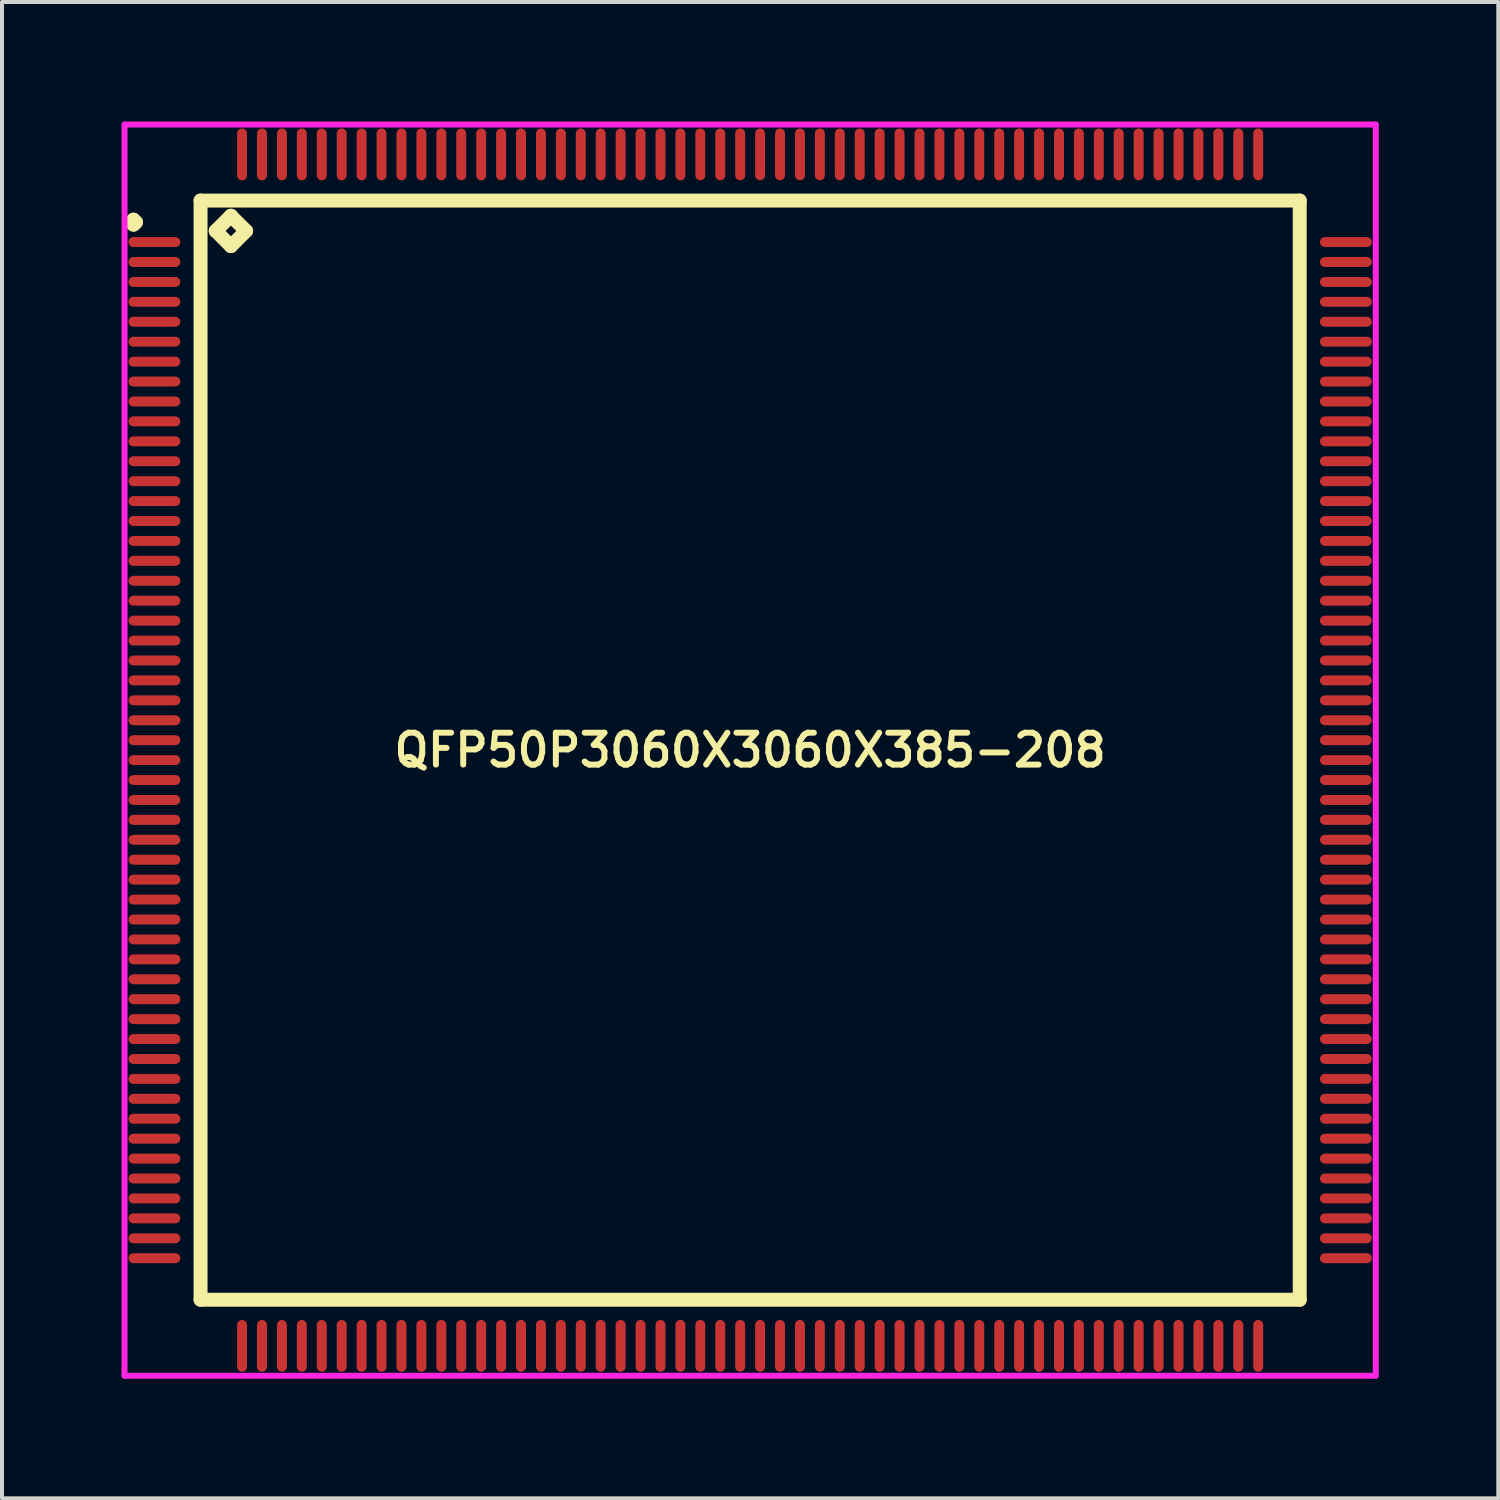
<source format=kicad_pcb>
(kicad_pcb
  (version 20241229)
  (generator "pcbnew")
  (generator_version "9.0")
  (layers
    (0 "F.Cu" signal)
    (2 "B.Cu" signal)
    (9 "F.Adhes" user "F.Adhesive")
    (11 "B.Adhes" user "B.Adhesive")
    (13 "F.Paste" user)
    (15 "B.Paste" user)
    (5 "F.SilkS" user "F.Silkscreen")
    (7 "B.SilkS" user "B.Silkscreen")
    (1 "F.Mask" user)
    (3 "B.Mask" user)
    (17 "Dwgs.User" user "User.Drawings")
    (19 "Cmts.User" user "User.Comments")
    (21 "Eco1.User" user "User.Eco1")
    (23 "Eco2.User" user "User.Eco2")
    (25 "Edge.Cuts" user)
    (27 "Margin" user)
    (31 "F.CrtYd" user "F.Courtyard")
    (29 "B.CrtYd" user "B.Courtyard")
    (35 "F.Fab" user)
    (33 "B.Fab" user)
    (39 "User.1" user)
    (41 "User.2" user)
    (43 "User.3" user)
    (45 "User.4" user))
  (footprint "QFP50P3060X3060X385-208"
    (layer "F.Cu")
    (at 15.775 15.775)
    (property "Reference" "QFP50P3060X3060X385-208" (at 0 0 0) (layer "F.SilkS") (effects (font (size 0.8 0.8) (thickness 0.15))))
    (attr smd)
    (fp_line (start -15.537 -13.25) (end -15.475 -13.312) (stroke (width 0.35) (type solid)) (layer "F.SilkS"))
    (fp_line (start -15.475 -13.312) (end -15.412 -13.25) (stroke (width 0.35) (type solid)) (layer "F.SilkS"))
    (fp_line (start -15.475 -13.188) (end -15.537 -13.25) (stroke (width 0.35) (type solid)) (layer "F.SilkS"))
    (fp_line (start -15.412 -13.25) (end -15.475 -13.188) (stroke (width 0.35) (type solid)) (layer "F.SilkS"))
    (fp_line (start -13.792 -13.792) (end -13.792 13.792) (stroke (width 0.35) (type solid)) (layer "F.SilkS"))
    (fp_line (start -13.792 13.792) (end 13.792 13.792) (stroke (width 0.35) (type solid)) (layer "F.SilkS"))
    (fp_line (start -13.411 -13.03) (end -13.03 -13.411) (stroke (width 0.35) (type solid)) (layer "F.SilkS"))
    (fp_line (start -13.03 -13.411) (end -12.649 -13.03) (stroke (width 0.35) (type solid)) (layer "F.SilkS"))
    (fp_line (start -13.03 -12.649) (end -13.411 -13.03) (stroke (width 0.35) (type solid)) (layer "F.SilkS"))
    (fp_line (start -12.649 -13.03) (end -13.03 -12.649) (stroke (width 0.35) (type solid)) (layer "F.SilkS"))
    (fp_line (start 13.792 -13.792) (end -13.792 -13.792) (stroke (width 0.35) (type solid)) (layer "F.SilkS"))
    (fp_line (start 13.792 13.792) (end 13.792 -13.792) (stroke (width 0.35) (type solid)) (layer "F.SilkS"))
    (fp_line (start -15.7 -15.7) (end 15.7 -15.7) (stroke (width 0.15) (type solid)) (layer "F.CrtYd"))
    (fp_line (start -15.7 15.7) (end -15.7 -15.7) (stroke (width 0.15) (type solid)) (layer "F.CrtYd"))
    (fp_line (start 15.7 -15.7) (end 15.7 15.7) (stroke (width 0.15) (type solid)) (layer "F.CrtYd"))
    (fp_line (start 15.7 15.7) (end -15.7 15.7) (stroke (width 0.15) (type solid)) (layer "F.CrtYd"))
    (pad "1" smd oval (at -14.95 -12.75) (size 1.3 0.25) (layers "F.Cu" "F.Mask" "F.Paste"))
    (pad "2" smd oval (at -14.95 -12.25) (size 1.3 0.25) (layers "F.Cu" "F.Mask" "F.Paste"))
    (pad "3" smd oval (at -14.95 -11.75) (size 1.3 0.25) (layers "F.Cu" "F.Mask" "F.Paste"))
    (pad "4" smd oval (at -14.95 -11.25) (size 1.3 0.25) (layers "F.Cu" "F.Mask" "F.Paste"))
    (pad "5" smd oval (at -14.95 -10.75) (size 1.3 0.25) (layers "F.Cu" "F.Mask" "F.Paste"))
    (pad "6" smd oval (at -14.95 -10.25) (size 1.3 0.25) (layers "F.Cu" "F.Mask" "F.Paste"))
    (pad "7" smd oval (at -14.95 -9.75) (size 1.3 0.25) (layers "F.Cu" "F.Mask" "F.Paste"))
    (pad "8" smd oval (at -14.95 -9.25) (size 1.3 0.25) (layers "F.Cu" "F.Mask" "F.Paste"))
    (pad "9" smd oval (at -14.95 -8.75) (size 1.3 0.25) (layers "F.Cu" "F.Mask" "F.Paste"))
    (pad "10" smd oval (at -14.95 -8.25) (size 1.3 0.25) (layers "F.Cu" "F.Mask" "F.Paste"))
    (pad "11" smd oval (at -14.95 -7.75) (size 1.3 0.25) (layers "F.Cu" "F.Mask" "F.Paste"))
    (pad "12" smd oval (at -14.95 -7.25) (size 1.3 0.25) (layers "F.Cu" "F.Mask" "F.Paste"))
    (pad "13" smd oval (at -14.95 -6.75) (size 1.3 0.25) (layers "F.Cu" "F.Mask" "F.Paste"))
    (pad "14" smd oval (at -14.95 -6.25) (size 1.3 0.25) (layers "F.Cu" "F.Mask" "F.Paste"))
    (pad "15" smd oval (at -14.95 -5.75) (size 1.3 0.25) (layers "F.Cu" "F.Mask" "F.Paste"))
    (pad "16" smd oval (at -14.95 -5.25) (size 1.3 0.25) (layers "F.Cu" "F.Mask" "F.Paste"))
    (pad "17" smd oval (at -14.95 -4.75) (size 1.3 0.25) (layers "F.Cu" "F.Mask" "F.Paste"))
    (pad "18" smd oval (at -14.95 -4.25) (size 1.3 0.25) (layers "F.Cu" "F.Mask" "F.Paste"))
    (pad "19" smd oval (at -14.95 -3.75) (size 1.3 0.25) (layers "F.Cu" "F.Mask" "F.Paste"))
    (pad "20" smd oval (at -14.95 -3.25) (size 1.3 0.25) (layers "F.Cu" "F.Mask" "F.Paste"))
    (pad "21" smd oval (at -14.95 -2.75) (size 1.3 0.25) (layers "F.Cu" "F.Mask" "F.Paste"))
    (pad "22" smd oval (at -14.95 -2.25) (size 1.3 0.25) (layers "F.Cu" "F.Mask" "F.Paste"))
    (pad "23" smd oval (at -14.95 -1.75) (size 1.3 0.25) (layers "F.Cu" "F.Mask" "F.Paste"))
    (pad "24" smd oval (at -14.95 -1.25) (size 1.3 0.25) (layers "F.Cu" "F.Mask" "F.Paste"))
    (pad "25" smd oval (at -14.95 -0.75) (size 1.3 0.25) (layers "F.Cu" "F.Mask" "F.Paste"))
    (pad "26" smd oval (at -14.95 -0.25) (size 1.3 0.25) (layers "F.Cu" "F.Mask" "F.Paste"))
    (pad "27" smd oval (at -14.95 0.25) (size 1.3 0.25) (layers "F.Cu" "F.Mask" "F.Paste"))
    (pad "28" smd oval (at -14.95 0.75) (size 1.3 0.25) (layers "F.Cu" "F.Mask" "F.Paste"))
    (pad "29" smd oval (at -14.95 1.25) (size 1.3 0.25) (layers "F.Cu" "F.Mask" "F.Paste"))
    (pad "30" smd oval (at -14.95 1.75) (size 1.3 0.25) (layers "F.Cu" "F.Mask" "F.Paste"))
    (pad "31" smd oval (at -14.95 2.25) (size 1.3 0.25) (layers "F.Cu" "F.Mask" "F.Paste"))
    (pad "32" smd oval (at -14.95 2.75) (size 1.3 0.25) (layers "F.Cu" "F.Mask" "F.Paste"))
    (pad "33" smd oval (at -14.95 3.25) (size 1.3 0.25) (layers "F.Cu" "F.Mask" "F.Paste"))
    (pad "34" smd oval (at -14.95 3.75) (size 1.3 0.25) (layers "F.Cu" "F.Mask" "F.Paste"))
    (pad "35" smd oval (at -14.95 4.25) (size 1.3 0.25) (layers "F.Cu" "F.Mask" "F.Paste"))
    (pad "36" smd oval (at -14.95 4.75) (size 1.3 0.25) (layers "F.Cu" "F.Mask" "F.Paste"))
    (pad "37" smd oval (at -14.95 5.25) (size 1.3 0.25) (layers "F.Cu" "F.Mask" "F.Paste"))
    (pad "38" smd oval (at -14.95 5.75) (size 1.3 0.25) (layers "F.Cu" "F.Mask" "F.Paste"))
    (pad "39" smd oval (at -14.95 6.25) (size 1.3 0.25) (layers "F.Cu" "F.Mask" "F.Paste"))
    (pad "40" smd oval (at -14.95 6.75) (size 1.3 0.25) (layers "F.Cu" "F.Mask" "F.Paste"))
    (pad "41" smd oval (at -14.95 7.25) (size 1.3 0.25) (layers "F.Cu" "F.Mask" "F.Paste"))
    (pad "42" smd oval (at -14.95 7.75) (size 1.3 0.25) (layers "F.Cu" "F.Mask" "F.Paste"))
    (pad "43" smd oval (at -14.95 8.25) (size 1.3 0.25) (layers "F.Cu" "F.Mask" "F.Paste"))
    (pad "44" smd oval (at -14.95 8.75) (size 1.3 0.25) (layers "F.Cu" "F.Mask" "F.Paste"))
    (pad "45" smd oval (at -14.95 9.25) (size 1.3 0.25) (layers "F.Cu" "F.Mask" "F.Paste"))
    (pad "46" smd oval (at -14.95 9.75) (size 1.3 0.25) (layers "F.Cu" "F.Mask" "F.Paste"))
    (pad "47" smd oval (at -14.95 10.25) (size 1.3 0.25) (layers "F.Cu" "F.Mask" "F.Paste"))
    (pad "48" smd oval (at -14.95 10.75) (size 1.3 0.25) (layers "F.Cu" "F.Mask" "F.Paste"))
    (pad "49" smd oval (at -14.95 11.25) (size 1.3 0.25) (layers "F.Cu" "F.Mask" "F.Paste"))
    (pad "50" smd oval (at -14.95 11.75) (size 1.3 0.25) (layers "F.Cu" "F.Mask" "F.Paste"))
    (pad "51" smd oval (at -14.95 12.25) (size 1.3 0.25) (layers "F.Cu" "F.Mask" "F.Paste"))
    (pad "52" smd oval (at -14.95 12.75) (size 1.3 0.25) (layers "F.Cu" "F.Mask" "F.Paste"))
    (pad "53" smd oval (at -12.75 14.95) (size 0.25 1.3) (layers "F.Cu" "F.Mask" "F.Paste"))
    (pad "54" smd oval (at -12.25 14.95) (size 0.25 1.3) (layers "F.Cu" "F.Mask" "F.Paste"))
    (pad "55" smd oval (at -11.75 14.95) (size 0.25 1.3) (layers "F.Cu" "F.Mask" "F.Paste"))
    (pad "56" smd oval (at -11.25 14.95) (size 0.25 1.3) (layers "F.Cu" "F.Mask" "F.Paste"))
    (pad "57" smd oval (at -10.75 14.95) (size 0.25 1.3) (layers "F.Cu" "F.Mask" "F.Paste"))
    (pad "58" smd oval (at -10.25 14.95) (size 0.25 1.3) (layers "F.Cu" "F.Mask" "F.Paste"))
    (pad "59" smd oval (at -9.75 14.95) (size 0.25 1.3) (layers "F.Cu" "F.Mask" "F.Paste"))
    (pad "60" smd oval (at -9.25 14.95) (size 0.25 1.3) (layers "F.Cu" "F.Mask" "F.Paste"))
    (pad "61" smd oval (at -8.75 14.95) (size 0.25 1.3) (layers "F.Cu" "F.Mask" "F.Paste"))
    (pad "62" smd oval (at -8.25 14.95) (size 0.25 1.3) (layers "F.Cu" "F.Mask" "F.Paste"))
    (pad "63" smd oval (at -7.75 14.95) (size 0.25 1.3) (layers "F.Cu" "F.Mask" "F.Paste"))
    (pad "64" smd oval (at -7.25 14.95) (size 0.25 1.3) (layers "F.Cu" "F.Mask" "F.Paste"))
    (pad "65" smd oval (at -6.75 14.95) (size 0.25 1.3) (layers "F.Cu" "F.Mask" "F.Paste"))
    (pad "66" smd oval (at -6.25 14.95) (size 0.25 1.3) (layers "F.Cu" "F.Mask" "F.Paste"))
    (pad "67" smd oval (at -5.75 14.95) (size 0.25 1.3) (layers "F.Cu" "F.Mask" "F.Paste"))
    (pad "68" smd oval (at -5.25 14.95) (size 0.25 1.3) (layers "F.Cu" "F.Mask" "F.Paste"))
    (pad "69" smd oval (at -4.75 14.95) (size 0.25 1.3) (layers "F.Cu" "F.Mask" "F.Paste"))
    (pad "70" smd oval (at -4.25 14.95) (size 0.25 1.3) (layers "F.Cu" "F.Mask" "F.Paste"))
    (pad "71" smd oval (at -3.75 14.95) (size 0.25 1.3) (layers "F.Cu" "F.Mask" "F.Paste"))
    (pad "72" smd oval (at -3.25 14.95) (size 0.25 1.3) (layers "F.Cu" "F.Mask" "F.Paste"))
    (pad "73" smd oval (at -2.75 14.95) (size 0.25 1.3) (layers "F.Cu" "F.Mask" "F.Paste"))
    (pad "74" smd oval (at -2.25 14.95) (size 0.25 1.3) (layers "F.Cu" "F.Mask" "F.Paste"))
    (pad "75" smd oval (at -1.75 14.95) (size 0.25 1.3) (layers "F.Cu" "F.Mask" "F.Paste"))
    (pad "76" smd oval (at -1.25 14.95) (size 0.25 1.3) (layers "F.Cu" "F.Mask" "F.Paste"))
    (pad "77" smd oval (at -0.75 14.95) (size 0.25 1.3) (layers "F.Cu" "F.Mask" "F.Paste"))
    (pad "78" smd oval (at -0.25 14.95) (size 0.25 1.3) (layers "F.Cu" "F.Mask" "F.Paste"))
    (pad "79" smd oval (at 0.25 14.95) (size 0.25 1.3) (layers "F.Cu" "F.Mask" "F.Paste"))
    (pad "80" smd oval (at 0.75 14.95) (size 0.25 1.3) (layers "F.Cu" "F.Mask" "F.Paste"))
    (pad "81" smd oval (at 1.25 14.95) (size 0.25 1.3) (layers "F.Cu" "F.Mask" "F.Paste"))
    (pad "82" smd oval (at 1.75 14.95) (size 0.25 1.3) (layers "F.Cu" "F.Mask" "F.Paste"))
    (pad "83" smd oval (at 2.25 14.95) (size 0.25 1.3) (layers "F.Cu" "F.Mask" "F.Paste"))
    (pad "84" smd oval (at 2.75 14.95) (size 0.25 1.3) (layers "F.Cu" "F.Mask" "F.Paste"))
    (pad "85" smd oval (at 3.25 14.95) (size 0.25 1.3) (layers "F.Cu" "F.Mask" "F.Paste"))
    (pad "86" smd oval (at 3.75 14.95) (size 0.25 1.3) (layers "F.Cu" "F.Mask" "F.Paste"))
    (pad "87" smd oval (at 4.25 14.95) (size 0.25 1.3) (layers "F.Cu" "F.Mask" "F.Paste"))
    (pad "88" smd oval (at 4.75 14.95) (size 0.25 1.3) (layers "F.Cu" "F.Mask" "F.Paste"))
    (pad "89" smd oval (at 5.25 14.95) (size 0.25 1.3) (layers "F.Cu" "F.Mask" "F.Paste"))
    (pad "90" smd oval (at 5.75 14.95) (size 0.25 1.3) (layers "F.Cu" "F.Mask" "F.Paste"))
    (pad "91" smd oval (at 6.25 14.95) (size 0.25 1.3) (layers "F.Cu" "F.Mask" "F.Paste"))
    (pad "92" smd oval (at 6.75 14.95) (size 0.25 1.3) (layers "F.Cu" "F.Mask" "F.Paste"))
    (pad "93" smd oval (at 7.25 14.95) (size 0.25 1.3) (layers "F.Cu" "F.Mask" "F.Paste"))
    (pad "94" smd oval (at 7.75 14.95) (size 0.25 1.3) (layers "F.Cu" "F.Mask" "F.Paste"))
    (pad "95" smd oval (at 8.25 14.95) (size 0.25 1.3) (layers "F.Cu" "F.Mask" "F.Paste"))
    (pad "96" smd oval (at 8.75 14.95) (size 0.25 1.3) (layers "F.Cu" "F.Mask" "F.Paste"))
    (pad "97" smd oval (at 9.25 14.95) (size 0.25 1.3) (layers "F.Cu" "F.Mask" "F.Paste"))
    (pad "98" smd oval (at 9.75 14.95) (size 0.25 1.3) (layers "F.Cu" "F.Mask" "F.Paste"))
    (pad "99" smd oval (at 10.25 14.95) (size 0.25 1.3) (layers "F.Cu" "F.Mask" "F.Paste"))
    (pad "100" smd oval (at 10.75 14.95) (size 0.25 1.3) (layers "F.Cu" "F.Mask" "F.Paste"))
    (pad "101" smd oval (at 11.25 14.95) (size 0.25 1.3) (layers "F.Cu" "F.Mask" "F.Paste"))
    (pad "102" smd oval (at 11.75 14.95) (size 0.25 1.3) (layers "F.Cu" "F.Mask" "F.Paste"))
    (pad "103" smd oval (at 12.25 14.95) (size 0.25 1.3) (layers "F.Cu" "F.Mask" "F.Paste"))
    (pad "104" smd oval (at 12.75 14.95) (size 0.25 1.3) (layers "F.Cu" "F.Mask" "F.Paste"))
    (pad "105" smd oval (at 14.95 12.75) (size 1.3 0.25) (layers "F.Cu" "F.Mask" "F.Paste"))
    (pad "106" smd oval (at 14.95 12.25) (size 1.3 0.25) (layers "F.Cu" "F.Mask" "F.Paste"))
    (pad "107" smd oval (at 14.95 11.75) (size 1.3 0.25) (layers "F.Cu" "F.Mask" "F.Paste"))
    (pad "108" smd oval (at 14.95 11.25) (size 1.3 0.25) (layers "F.Cu" "F.Mask" "F.Paste"))
    (pad "109" smd oval (at 14.95 10.75) (size 1.3 0.25) (layers "F.Cu" "F.Mask" "F.Paste"))
    (pad "110" smd oval (at 14.95 10.25) (size 1.3 0.25) (layers "F.Cu" "F.Mask" "F.Paste"))
    (pad "111" smd oval (at 14.95 9.75) (size 1.3 0.25) (layers "F.Cu" "F.Mask" "F.Paste"))
    (pad "112" smd oval (at 14.95 9.25) (size 1.3 0.25) (layers "F.Cu" "F.Mask" "F.Paste"))
    (pad "113" smd oval (at 14.95 8.75) (size 1.3 0.25) (layers "F.Cu" "F.Mask" "F.Paste"))
    (pad "114" smd oval (at 14.95 8.25) (size 1.3 0.25) (layers "F.Cu" "F.Mask" "F.Paste"))
    (pad "115" smd oval (at 14.95 7.75) (size 1.3 0.25) (layers "F.Cu" "F.Mask" "F.Paste"))
    (pad "116" smd oval (at 14.95 7.25) (size 1.3 0.25) (layers "F.Cu" "F.Mask" "F.Paste"))
    (pad "117" smd oval (at 14.95 6.75) (size 1.3 0.25) (layers "F.Cu" "F.Mask" "F.Paste"))
    (pad "118" smd oval (at 14.95 6.25) (size 1.3 0.25) (layers "F.Cu" "F.Mask" "F.Paste"))
    (pad "119" smd oval (at 14.95 5.75) (size 1.3 0.25) (layers "F.Cu" "F.Mask" "F.Paste"))
    (pad "120" smd oval (at 14.95 5.25) (size 1.3 0.25) (layers "F.Cu" "F.Mask" "F.Paste"))
    (pad "121" smd oval (at 14.95 4.75) (size 1.3 0.25) (layers "F.Cu" "F.Mask" "F.Paste"))
    (pad "122" smd oval (at 14.95 4.25) (size 1.3 0.25) (layers "F.Cu" "F.Mask" "F.Paste"))
    (pad "123" smd oval (at 14.95 3.75) (size 1.3 0.25) (layers "F.Cu" "F.Mask" "F.Paste"))
    (pad "124" smd oval (at 14.95 3.25) (size 1.3 0.25) (layers "F.Cu" "F.Mask" "F.Paste"))
    (pad "125" smd oval (at 14.95 2.75) (size 1.3 0.25) (layers "F.Cu" "F.Mask" "F.Paste"))
    (pad "126" smd oval (at 14.95 2.25) (size 1.3 0.25) (layers "F.Cu" "F.Mask" "F.Paste"))
    (pad "127" smd oval (at 14.95 1.75) (size 1.3 0.25) (layers "F.Cu" "F.Mask" "F.Paste"))
    (pad "128" smd oval (at 14.95 1.25) (size 1.3 0.25) (layers "F.Cu" "F.Mask" "F.Paste"))
    (pad "129" smd oval (at 14.95 0.75) (size 1.3 0.25) (layers "F.Cu" "F.Mask" "F.Paste"))
    (pad "130" smd oval (at 14.95 0.25) (size 1.3 0.25) (layers "F.Cu" "F.Mask" "F.Paste"))
    (pad "131" smd oval (at 14.95 -0.25) (size 1.3 0.25) (layers "F.Cu" "F.Mask" "F.Paste"))
    (pad "132" smd oval (at 14.95 -0.75) (size 1.3 0.25) (layers "F.Cu" "F.Mask" "F.Paste"))
    (pad "133" smd oval (at 14.95 -1.25) (size 1.3 0.25) (layers "F.Cu" "F.Mask" "F.Paste"))
    (pad "134" smd oval (at 14.95 -1.75) (size 1.3 0.25) (layers "F.Cu" "F.Mask" "F.Paste"))
    (pad "135" smd oval (at 14.95 -2.25) (size 1.3 0.25) (layers "F.Cu" "F.Mask" "F.Paste"))
    (pad "136" smd oval (at 14.95 -2.75) (size 1.3 0.25) (layers "F.Cu" "F.Mask" "F.Paste"))
    (pad "137" smd oval (at 14.95 -3.25) (size 1.3 0.25) (layers "F.Cu" "F.Mask" "F.Paste"))
    (pad "138" smd oval (at 14.95 -3.75) (size 1.3 0.25) (layers "F.Cu" "F.Mask" "F.Paste"))
    (pad "139" smd oval (at 14.95 -4.25) (size 1.3 0.25) (layers "F.Cu" "F.Mask" "F.Paste"))
    (pad "140" smd oval (at 14.95 -4.75) (size 1.3 0.25) (layers "F.Cu" "F.Mask" "F.Paste"))
    (pad "141" smd oval (at 14.95 -5.25) (size 1.3 0.25) (layers "F.Cu" "F.Mask" "F.Paste"))
    (pad "142" smd oval (at 14.95 -5.75) (size 1.3 0.25) (layers "F.Cu" "F.Mask" "F.Paste"))
    (pad "143" smd oval (at 14.95 -6.25) (size 1.3 0.25) (layers "F.Cu" "F.Mask" "F.Paste"))
    (pad "144" smd oval (at 14.95 -6.75) (size 1.3 0.25) (layers "F.Cu" "F.Mask" "F.Paste"))
    (pad "145" smd oval (at 14.95 -7.25) (size 1.3 0.25) (layers "F.Cu" "F.Mask" "F.Paste"))
    (pad "146" smd oval (at 14.95 -7.75) (size 1.3 0.25) (layers "F.Cu" "F.Mask" "F.Paste"))
    (pad "147" smd oval (at 14.95 -8.25) (size 1.3 0.25) (layers "F.Cu" "F.Mask" "F.Paste"))
    (pad "148" smd oval (at 14.95 -8.75) (size 1.3 0.25) (layers "F.Cu" "F.Mask" "F.Paste"))
    (pad "149" smd oval (at 14.95 -9.25) (size 1.3 0.25) (layers "F.Cu" "F.Mask" "F.Paste"))
    (pad "150" smd oval (at 14.95 -9.75) (size 1.3 0.25) (layers "F.Cu" "F.Mask" "F.Paste"))
    (pad "151" smd oval (at 14.95 -10.25) (size 1.3 0.25) (layers "F.Cu" "F.Mask" "F.Paste"))
    (pad "152" smd oval (at 14.95 -10.75) (size 1.3 0.25) (layers "F.Cu" "F.Mask" "F.Paste"))
    (pad "153" smd oval (at 14.95 -11.25) (size 1.3 0.25) (layers "F.Cu" "F.Mask" "F.Paste"))
    (pad "154" smd oval (at 14.95 -11.75) (size 1.3 0.25) (layers "F.Cu" "F.Mask" "F.Paste"))
    (pad "155" smd oval (at 14.95 -12.25) (size 1.3 0.25) (layers "F.Cu" "F.Mask" "F.Paste"))
    (pad "156" smd oval (at 14.95 -12.75) (size 1.3 0.25) (layers "F.Cu" "F.Mask" "F.Paste"))
    (pad "157" smd oval (at 12.75 -14.95) (size 0.25 1.3) (layers "F.Cu" "F.Mask" "F.Paste"))
    (pad "158" smd oval (at 12.25 -14.95) (size 0.25 1.3) (layers "F.Cu" "F.Mask" "F.Paste"))
    (pad "159" smd oval (at 11.75 -14.95) (size 0.25 1.3) (layers "F.Cu" "F.Mask" "F.Paste"))
    (pad "160" smd oval (at 11.25 -14.95) (size 0.25 1.3) (layers "F.Cu" "F.Mask" "F.Paste"))
    (pad "161" smd oval (at 10.75 -14.95) (size 0.25 1.3) (layers "F.Cu" "F.Mask" "F.Paste"))
    (pad "162" smd oval (at 10.25 -14.95) (size 0.25 1.3) (layers "F.Cu" "F.Mask" "F.Paste"))
    (pad "163" smd oval (at 9.75 -14.95) (size 0.25 1.3) (layers "F.Cu" "F.Mask" "F.Paste"))
    (pad "164" smd oval (at 9.25 -14.95) (size 0.25 1.3) (layers "F.Cu" "F.Mask" "F.Paste"))
    (pad "165" smd oval (at 8.75 -14.95) (size 0.25 1.3) (layers "F.Cu" "F.Mask" "F.Paste"))
    (pad "166" smd oval (at 8.25 -14.95) (size 0.25 1.3) (layers "F.Cu" "F.Mask" "F.Paste"))
    (pad "167" smd oval (at 7.75 -14.95) (size 0.25 1.3) (layers "F.Cu" "F.Mask" "F.Paste"))
    (pad "168" smd oval (at 7.25 -14.95) (size 0.25 1.3) (layers "F.Cu" "F.Mask" "F.Paste"))
    (pad "169" smd oval (at 6.75 -14.95) (size 0.25 1.3) (layers "F.Cu" "F.Mask" "F.Paste"))
    (pad "170" smd oval (at 6.25 -14.95) (size 0.25 1.3) (layers "F.Cu" "F.Mask" "F.Paste"))
    (pad "171" smd oval (at 5.75 -14.95) (size 0.25 1.3) (layers "F.Cu" "F.Mask" "F.Paste"))
    (pad "172" smd oval (at 5.25 -14.95) (size 0.25 1.3) (layers "F.Cu" "F.Mask" "F.Paste"))
    (pad "173" smd oval (at 4.75 -14.95) (size 0.25 1.3) (layers "F.Cu" "F.Mask" "F.Paste"))
    (pad "174" smd oval (at 4.25 -14.95) (size 0.25 1.3) (layers "F.Cu" "F.Mask" "F.Paste"))
    (pad "175" smd oval (at 3.75 -14.95) (size 0.25 1.3) (layers "F.Cu" "F.Mask" "F.Paste"))
    (pad "176" smd oval (at 3.25 -14.95) (size 0.25 1.3) (layers "F.Cu" "F.Mask" "F.Paste"))
    (pad "177" smd oval (at 2.75 -14.95) (size 0.25 1.3) (layers "F.Cu" "F.Mask" "F.Paste"))
    (pad "178" smd oval (at 2.25 -14.95) (size 0.25 1.3) (layers "F.Cu" "F.Mask" "F.Paste"))
    (pad "179" smd oval (at 1.75 -14.95) (size 0.25 1.3) (layers "F.Cu" "F.Mask" "F.Paste"))
    (pad "180" smd oval (at 1.25 -14.95) (size 0.25 1.3) (layers "F.Cu" "F.Mask" "F.Paste"))
    (pad "181" smd oval (at 0.75 -14.95) (size 0.25 1.3) (layers "F.Cu" "F.Mask" "F.Paste"))
    (pad "182" smd oval (at 0.25 -14.95) (size 0.25 1.3) (layers "F.Cu" "F.Mask" "F.Paste"))
    (pad "183" smd oval (at -0.25 -14.95) (size 0.25 1.3) (layers "F.Cu" "F.Mask" "F.Paste"))
    (pad "184" smd oval (at -0.75 -14.95) (size 0.25 1.3) (layers "F.Cu" "F.Mask" "F.Paste"))
    (pad "185" smd oval (at -1.25 -14.95) (size 0.25 1.3) (layers "F.Cu" "F.Mask" "F.Paste"))
    (pad "186" smd oval (at -1.75 -14.95) (size 0.25 1.3) (layers "F.Cu" "F.Mask" "F.Paste"))
    (pad "187" smd oval (at -2.25 -14.95) (size 0.25 1.3) (layers "F.Cu" "F.Mask" "F.Paste"))
    (pad "188" smd oval (at -2.75 -14.95) (size 0.25 1.3) (layers "F.Cu" "F.Mask" "F.Paste"))
    (pad "189" smd oval (at -3.25 -14.95) (size 0.25 1.3) (layers "F.Cu" "F.Mask" "F.Paste"))
    (pad "190" smd oval (at -3.75 -14.95) (size 0.25 1.3) (layers "F.Cu" "F.Mask" "F.Paste"))
    (pad "191" smd oval (at -4.25 -14.95) (size 0.25 1.3) (layers "F.Cu" "F.Mask" "F.Paste"))
    (pad "192" smd oval (at -4.75 -14.95) (size 0.25 1.3) (layers "F.Cu" "F.Mask" "F.Paste"))
    (pad "193" smd oval (at -5.25 -14.95) (size 0.25 1.3) (layers "F.Cu" "F.Mask" "F.Paste"))
    (pad "194" smd oval (at -5.75 -14.95) (size 0.25 1.3) (layers "F.Cu" "F.Mask" "F.Paste"))
    (pad "195" smd oval (at -6.25 -14.95) (size 0.25 1.3) (layers "F.Cu" "F.Mask" "F.Paste"))
    (pad "196" smd oval (at -6.75 -14.95) (size 0.25 1.3) (layers "F.Cu" "F.Mask" "F.Paste"))
    (pad "197" smd oval (at -7.25 -14.95) (size 0.25 1.3) (layers "F.Cu" "F.Mask" "F.Paste"))
    (pad "198" smd oval (at -7.75 -14.95) (size 0.25 1.3) (layers "F.Cu" "F.Mask" "F.Paste"))
    (pad "199" smd oval (at -8.25 -14.95) (size 0.25 1.3) (layers "F.Cu" "F.Mask" "F.Paste"))
    (pad "200" smd oval (at -8.75 -14.95) (size 0.25 1.3) (layers "F.Cu" "F.Mask" "F.Paste"))
    (pad "201" smd oval (at -9.25 -14.95) (size 0.25 1.3) (layers "F.Cu" "F.Mask" "F.Paste"))
    (pad "202" smd oval (at -9.75 -14.95) (size 0.25 1.3) (layers "F.Cu" "F.Mask" "F.Paste"))
    (pad "203" smd oval (at -10.25 -14.95) (size 0.25 1.3) (layers "F.Cu" "F.Mask" "F.Paste"))
    (pad "204" smd oval (at -10.75 -14.95) (size 0.25 1.3) (layers "F.Cu" "F.Mask" "F.Paste"))
    (pad "205" smd oval (at -11.25 -14.95) (size 0.25 1.3) (layers "F.Cu" "F.Mask" "F.Paste"))
    (pad "206" smd oval (at -11.75 -14.95) (size 0.25 1.3) (layers "F.Cu" "F.Mask" "F.Paste"))
    (pad "207" smd oval (at -12.25 -14.95) (size 0.25 1.3) (layers "F.Cu" "F.Mask" "F.Paste"))
    (pad "208" smd oval (at -12.75 -14.95) (size 0.25 1.3) (layers "F.Cu" "F.Mask" "F.Paste")))
  (gr_rect
    (start -3 -3)
    (end 34.55 34.55)
    (stroke (width 0.1) (type default))
    (fill no)
    (layer "Edge.Cuts")))
</source>
